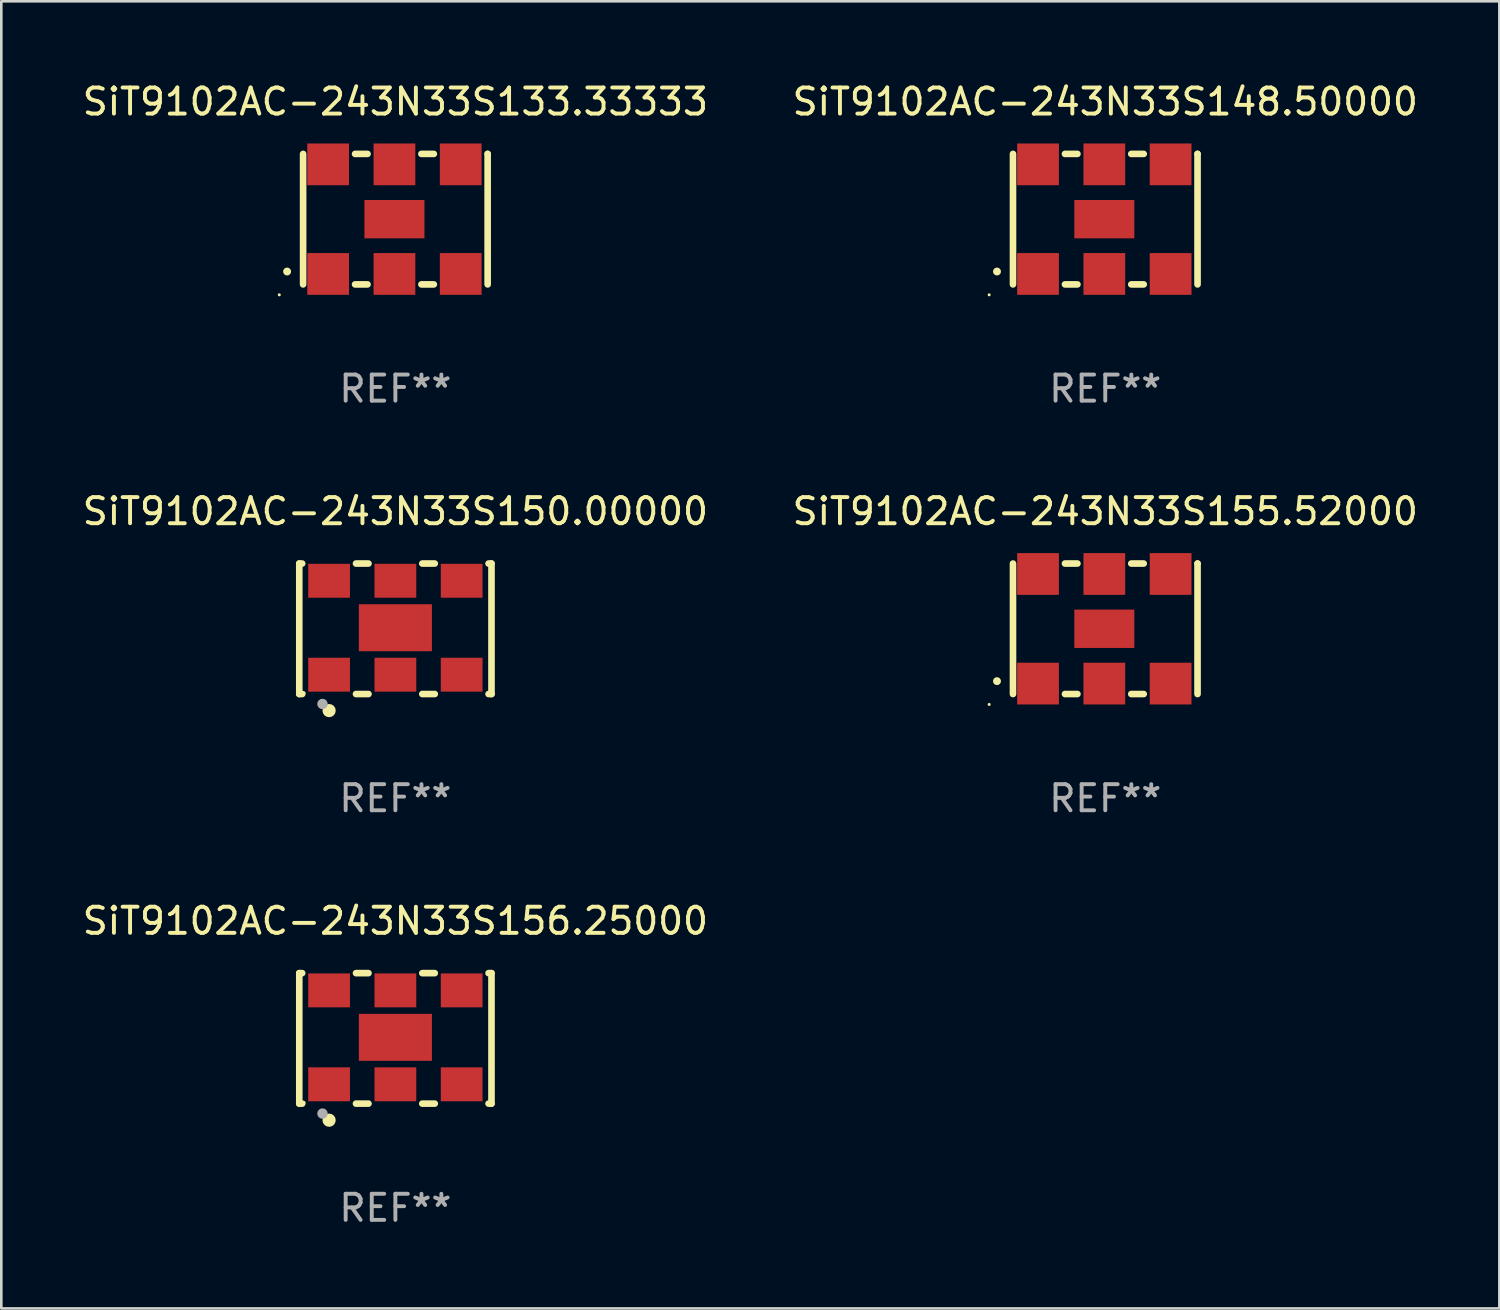
<source format=kicad_pcb>
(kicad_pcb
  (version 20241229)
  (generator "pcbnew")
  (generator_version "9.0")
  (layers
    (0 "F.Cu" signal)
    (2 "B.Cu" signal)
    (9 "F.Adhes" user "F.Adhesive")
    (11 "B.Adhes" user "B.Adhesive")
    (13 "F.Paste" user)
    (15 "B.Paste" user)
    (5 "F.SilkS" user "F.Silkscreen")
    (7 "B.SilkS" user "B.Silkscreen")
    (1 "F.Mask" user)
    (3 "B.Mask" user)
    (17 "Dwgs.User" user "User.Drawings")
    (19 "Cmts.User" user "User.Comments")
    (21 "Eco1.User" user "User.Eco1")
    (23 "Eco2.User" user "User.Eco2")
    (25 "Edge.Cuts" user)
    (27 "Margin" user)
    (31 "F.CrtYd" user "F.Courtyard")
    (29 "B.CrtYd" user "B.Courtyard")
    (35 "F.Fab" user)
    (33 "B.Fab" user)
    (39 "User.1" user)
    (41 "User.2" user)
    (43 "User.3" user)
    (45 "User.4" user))
  (footprint "SiT9102AC-243N33S150.00000"
    (layer "F.Cu")
    (at 12.101 21.045)
    (property "Reference" "SiT9102AC-243N33S150.00000" (at 0 -4.5 0) (layer "F.SilkS") (effects (font (size 1 1) (thickness 0.15))))
    (attr through_hole)
    (fp_line (start -3.683 -2.5) (end -3.571 -2.5) (stroke (width 0.254) (type solid)) (layer "F.SilkS"))
    (fp_line (start -3.683 2.5) (end -3.683 -2.5) (stroke (width 0.254) (type solid)) (layer "F.SilkS"))
    (fp_line (start -3.683 2.5) (end -3.571 2.5) (stroke (width 0.254) (type solid)) (layer "F.SilkS"))
    (fp_line (start -1.509 -2.5) (end -1.031 -2.5) (stroke (width 0.254) (type solid)) (layer "F.SilkS"))
    (fp_line (start -1.509 2.5) (end -1.031 2.5) (stroke (width 0.254) (type solid)) (layer "F.SilkS"))
    (fp_line (start 1.031 -2.5) (end 1.509 -2.5) (stroke (width 0.254) (type solid)) (layer "F.SilkS"))
    (fp_line (start 1.031 2.5) (end 1.509 2.5) (stroke (width 0.254) (type solid)) (layer "F.SilkS"))
    (fp_line (start 3.571 -2.5) (end 3.683 -2.5) (stroke (width 0.254) (type solid)) (layer "F.SilkS"))
    (fp_line (start 3.571 2.5) (end 3.683 2.5) (stroke (width 0.254) (type solid)) (layer "F.SilkS"))
    (fp_line (start 3.683 2.5) (end 3.683 -2.5) (stroke (width 0.254) (type solid)) (layer "F.SilkS"))
    (fp_circle (center -3.5 2.46) (end -3.47 2.46) (stroke (width 0.06) (type solid)) (fill no) (layer "F.SilkS"))
    (fp_circle (center -2.54 3.135) (end -2.413 3.135) (stroke (width 0.254) (type solid)) (fill no) (layer "F.SilkS"))
    (fp_circle (center -2.794 2.881) (end -2.694 2.881) (stroke (width 0.2) (type solid)) (fill no) (layer "F.Fab"))
    (fp_text user "REF**" (at 0 6.5 0) (layer "F.Fab") (effects (font (size 1 1) (thickness 0.15))))
    (pad "1" smd rect (at -2.54 1.76) (size 1.6 1.3) (layers "F.Cu" "F.Mask" "F.Paste"))
    (pad "2" smd rect (at 0 1.76) (size 1.6 1.3) (layers "F.Cu" "F.Mask" "F.Paste"))
    (pad "3" smd rect (at 2.54 1.76) (size 1.6 1.3) (layers "F.Cu" "F.Mask" "F.Paste"))
    (pad "4" smd rect (at 2.54 -1.84) (size 1.6 1.3) (layers "F.Cu" "F.Mask" "F.Paste"))
    (pad "5" smd rect (at 0 -1.84) (size 1.6 1.3) (layers "F.Cu" "F.Mask" "F.Paste"))
    (pad "6" smd rect (at -2.54 -1.84) (size 1.6 1.3) (layers "F.Cu" "F.Mask" "F.Paste"))
    (pad "7" smd rect (at 0 -0.04) (size 2.8 1.8) (layers "F.Cu" "F.Mask" "F.Paste")))
  (footprint "SiT9102AC-243N33S155.52000"
    (layer "F.Cu")
    (at 39.304 21.045)
    (property "Reference" "SiT9102AC-243N33S155.52000" (at 0 -4.5 0) (layer "F.SilkS") (effects (font (size 1 1) (thickness 0.15))))
    (attr through_hole)
    (fp_line (start -3.536 -2.5) (end -3.536 2.5) (stroke (width 0.254) (type solid)) (layer "F.SilkS"))
    (fp_line (start -1.544 2.5) (end -1.067 2.5) (stroke (width 0.254) (type solid)) (layer "F.SilkS"))
    (fp_line (start -1.067 -2.5) (end -1.544 -2.5) (stroke (width 0.254) (type solid)) (layer "F.SilkS"))
    (fp_line (start 0.996 2.5) (end 1.473 2.5) (stroke (width 0.254) (type solid)) (layer "F.SilkS"))
    (fp_line (start 1.473 -2.5) (end 0.996 -2.5) (stroke (width 0.254) (type solid)) (layer "F.SilkS"))
    (fp_line (start 3.536 -2.5) (end 3.536 -2.5) (stroke (width 0.254) (type solid)) (layer "F.SilkS"))
    (fp_line (start 3.536 2.5) (end 3.536 -2.5) (stroke (width 0.254) (type solid)) (layer "F.SilkS"))
    (fp_arc (start -4.150432 2.006604) (mid -4.149162 2.006599) (end -4.147892 2.006604) (stroke (width 0.3) (type solid)) (layer "F.SilkS"))
    (fp_circle (center -4.449 2.9) (end -4.419 2.9) (stroke (width 0.06) (type solid)) (fill no) (layer "F.SilkS"))
    (fp_text user "REF**" (at 0 6.5 0) (layer "F.Fab") (effects (font (size 1 1) (thickness 0.15))))
    (pad "1" smd rect (at -2.576 2.1) (size 1.6 1.6) (layers "F.Cu" "F.Mask" "F.Paste"))
    (pad "2" smd rect (at -0.036 2.1) (size 1.6 1.6) (layers "F.Cu" "F.Mask" "F.Paste"))
    (pad "3" smd rect (at 2.504 2.1) (size 1.6 1.6) (layers "F.Cu" "F.Mask" "F.Paste"))
    (pad "4" smd rect (at 2.504 -2.1) (size 1.6 1.6) (layers "F.Cu" "F.Mask" "F.Paste"))
    (pad "5" smd rect (at -0.036 -2.1) (size 1.6 1.6) (layers "F.Cu" "F.Mask" "F.Paste"))
    (pad "6" smd rect (at -2.576 -2.1) (size 1.6 1.6) (layers "F.Cu" "F.Mask" "F.Paste"))
    (pad "7" smd rect (at -0.036 0) (size 2.3 1.47) (layers "F.Cu" "F.Mask" "F.Paste")))
  (footprint "SiT9102AC-243N33S148.50000"
    (layer "F.Cu")
    (at 39.304 5.348)
    (property "Reference" "SiT9102AC-243N33S148.50000" (at 0 -4.5 0) (layer "F.SilkS") (effects (font (size 1 1) (thickness 0.15))))
    (attr through_hole)
    (fp_line (start -3.536 -2.5) (end -3.536 2.5) (stroke (width 0.254) (type solid)) (layer "F.SilkS"))
    (fp_line (start -1.544 2.5) (end -1.067 2.5) (stroke (width 0.254) (type solid)) (layer "F.SilkS"))
    (fp_line (start -1.067 -2.5) (end -1.544 -2.5) (stroke (width 0.254) (type solid)) (layer "F.SilkS"))
    (fp_line (start 0.996 2.5) (end 1.473 2.5) (stroke (width 0.254) (type solid)) (layer "F.SilkS"))
    (fp_line (start 1.473 -2.5) (end 0.996 -2.5) (stroke (width 0.254) (type solid)) (layer "F.SilkS"))
    (fp_line (start 3.536 -2.5) (end 3.536 -2.5) (stroke (width 0.254) (type solid)) (layer "F.SilkS"))
    (fp_line (start 3.536 2.5) (end 3.536 -2.5) (stroke (width 0.254) (type solid)) (layer "F.SilkS"))
    (fp_arc (start -4.150432 2.006604) (mid -4.149162 2.006599) (end -4.147892 2.006604) (stroke (width 0.3) (type solid)) (layer "F.SilkS"))
    (fp_circle (center -4.449 2.9) (end -4.419 2.9) (stroke (width 0.06) (type solid)) (fill no) (layer "F.SilkS"))
    (fp_text user "REF**" (at 0 6.5 0) (layer "F.Fab") (effects (font (size 1 1) (thickness 0.15))))
    (pad "1" smd rect (at -2.576 2.1) (size 1.6 1.6) (layers "F.Cu" "F.Mask" "F.Paste"))
    (pad "2" smd rect (at -0.036 2.1) (size 1.6 1.6) (layers "F.Cu" "F.Mask" "F.Paste"))
    (pad "3" smd rect (at 2.504 2.1) (size 1.6 1.6) (layers "F.Cu" "F.Mask" "F.Paste"))
    (pad "4" smd rect (at 2.504 -2.1) (size 1.6 1.6) (layers "F.Cu" "F.Mask" "F.Paste"))
    (pad "5" smd rect (at -0.036 -2.1) (size 1.6 1.6) (layers "F.Cu" "F.Mask" "F.Paste"))
    (pad "6" smd rect (at -2.576 -2.1) (size 1.6 1.6) (layers "F.Cu" "F.Mask" "F.Paste"))
    (pad "7" smd rect (at -0.036 0) (size 2.3 1.47) (layers "F.Cu" "F.Mask" "F.Paste")))
  (footprint "SiT9102AC-243N33S156.25000"
    (layer "F.Cu")
    (at 12.101 36.741)
    (property "Reference" "SiT9102AC-243N33S156.25000" (at 0 -4.5 0) (layer "F.SilkS") (effects (font (size 1 1) (thickness 0.15))))
    (attr through_hole)
    (fp_line (start -3.683 -2.5) (end -3.571 -2.5) (stroke (width 0.254) (type solid)) (layer "F.SilkS"))
    (fp_line (start -3.683 2.5) (end -3.683 -2.5) (stroke (width 0.254) (type solid)) (layer "F.SilkS"))
    (fp_line (start -3.683 2.5) (end -3.571 2.5) (stroke (width 0.254) (type solid)) (layer "F.SilkS"))
    (fp_line (start -1.509 -2.5) (end -1.031 -2.5) (stroke (width 0.254) (type solid)) (layer "F.SilkS"))
    (fp_line (start -1.509 2.5) (end -1.031 2.5) (stroke (width 0.254) (type solid)) (layer "F.SilkS"))
    (fp_line (start 1.031 -2.5) (end 1.509 -2.5) (stroke (width 0.254) (type solid)) (layer "F.SilkS"))
    (fp_line (start 1.031 2.5) (end 1.509 2.5) (stroke (width 0.254) (type solid)) (layer "F.SilkS"))
    (fp_line (start 3.571 -2.5) (end 3.683 -2.5) (stroke (width 0.254) (type solid)) (layer "F.SilkS"))
    (fp_line (start 3.571 2.5) (end 3.683 2.5) (stroke (width 0.254) (type solid)) (layer "F.SilkS"))
    (fp_line (start 3.683 2.5) (end 3.683 -2.5) (stroke (width 0.254) (type solid)) (layer "F.SilkS"))
    (fp_circle (center -3.5 2.46) (end -3.47 2.46) (stroke (width 0.06) (type solid)) (fill no) (layer "F.SilkS"))
    (fp_circle (center -2.54 3.135) (end -2.413 3.135) (stroke (width 0.254) (type solid)) (fill no) (layer "F.SilkS"))
    (fp_circle (center -2.794 2.881) (end -2.694 2.881) (stroke (width 0.2) (type solid)) (fill no) (layer "F.Fab"))
    (fp_text user "REF**" (at 0 6.5 0) (layer "F.Fab") (effects (font (size 1 1) (thickness 0.15))))
    (pad "1" smd rect (at -2.54 1.76) (size 1.6 1.3) (layers "F.Cu" "F.Mask" "F.Paste"))
    (pad "2" smd rect (at 0 1.76) (size 1.6 1.3) (layers "F.Cu" "F.Mask" "F.Paste"))
    (pad "3" smd rect (at 2.54 1.76) (size 1.6 1.3) (layers "F.Cu" "F.Mask" "F.Paste"))
    (pad "4" smd rect (at 2.54 -1.84) (size 1.6 1.3) (layers "F.Cu" "F.Mask" "F.Paste"))
    (pad "5" smd rect (at 0 -1.84) (size 1.6 1.3) (layers "F.Cu" "F.Mask" "F.Paste"))
    (pad "6" smd rect (at -2.54 -1.84) (size 1.6 1.3) (layers "F.Cu" "F.Mask" "F.Paste"))
    (pad "7" smd rect (at 0 -0.04) (size 2.8 1.8) (layers "F.Cu" "F.Mask" "F.Paste")))
  (footprint "SiT9102AC-243N33S133.33333"
    (layer "F.Cu")
    (at 12.101 5.348)
    (property "Reference" "SiT9102AC-243N33S133.33333" (at 0 -4.5 0) (layer "F.SilkS") (effects (font (size 1 1) (thickness 0.15))))
    (attr through_hole)
    (fp_line (start -3.536 -2.5) (end -3.536 2.5) (stroke (width 0.254) (type solid)) (layer "F.SilkS"))
    (fp_line (start -1.544 2.5) (end -1.067 2.5) (stroke (width 0.254) (type solid)) (layer "F.SilkS"))
    (fp_line (start -1.067 -2.5) (end -1.544 -2.5) (stroke (width 0.254) (type solid)) (layer "F.SilkS"))
    (fp_line (start 0.996 2.5) (end 1.473 2.5) (stroke (width 0.254) (type solid)) (layer "F.SilkS"))
    (fp_line (start 1.473 -2.5) (end 0.996 -2.5) (stroke (width 0.254) (type solid)) (layer "F.SilkS"))
    (fp_line (start 3.536 -2.5) (end 3.536 -2.5) (stroke (width 0.254) (type solid)) (layer "F.SilkS"))
    (fp_line (start 3.536 2.5) (end 3.536 -2.5) (stroke (width 0.254) (type solid)) (layer "F.SilkS"))
    (fp_arc (start -4.150432 2.006604) (mid -4.149162 2.006599) (end -4.147892 2.006604) (stroke (width 0.3) (type solid)) (layer "F.SilkS"))
    (fp_circle (center -4.449 2.9) (end -4.419 2.9) (stroke (width 0.06) (type solid)) (fill no) (layer "F.SilkS"))
    (fp_text user "REF**" (at 0 6.5 0) (layer "F.Fab") (effects (font (size 1 1) (thickness 0.15))))
    (pad "1" smd rect (at -2.576 2.1) (size 1.6 1.6) (layers "F.Cu" "F.Mask" "F.Paste"))
    (pad "2" smd rect (at -0.036 2.1) (size 1.6 1.6) (layers "F.Cu" "F.Mask" "F.Paste"))
    (pad "3" smd rect (at 2.504 2.1) (size 1.6 1.6) (layers "F.Cu" "F.Mask" "F.Paste"))
    (pad "4" smd rect (at 2.504 -2.1) (size 1.6 1.6) (layers "F.Cu" "F.Mask" "F.Paste"))
    (pad "5" smd rect (at -0.036 -2.1) (size 1.6 1.6) (layers "F.Cu" "F.Mask" "F.Paste"))
    (pad "6" smd rect (at -2.576 -2.1) (size 1.6 1.6) (layers "F.Cu" "F.Mask" "F.Paste"))
    (pad "7" smd rect (at -0.036 0) (size 2.3 1.47) (layers "F.Cu" "F.Mask" "F.Paste")))
  (gr_rect
    (start -3 -3)
    (end 54.405 47.09)
    (stroke (width 0.1) (type default))
    (fill no)
    (layer "Edge.Cuts")))
</source>
